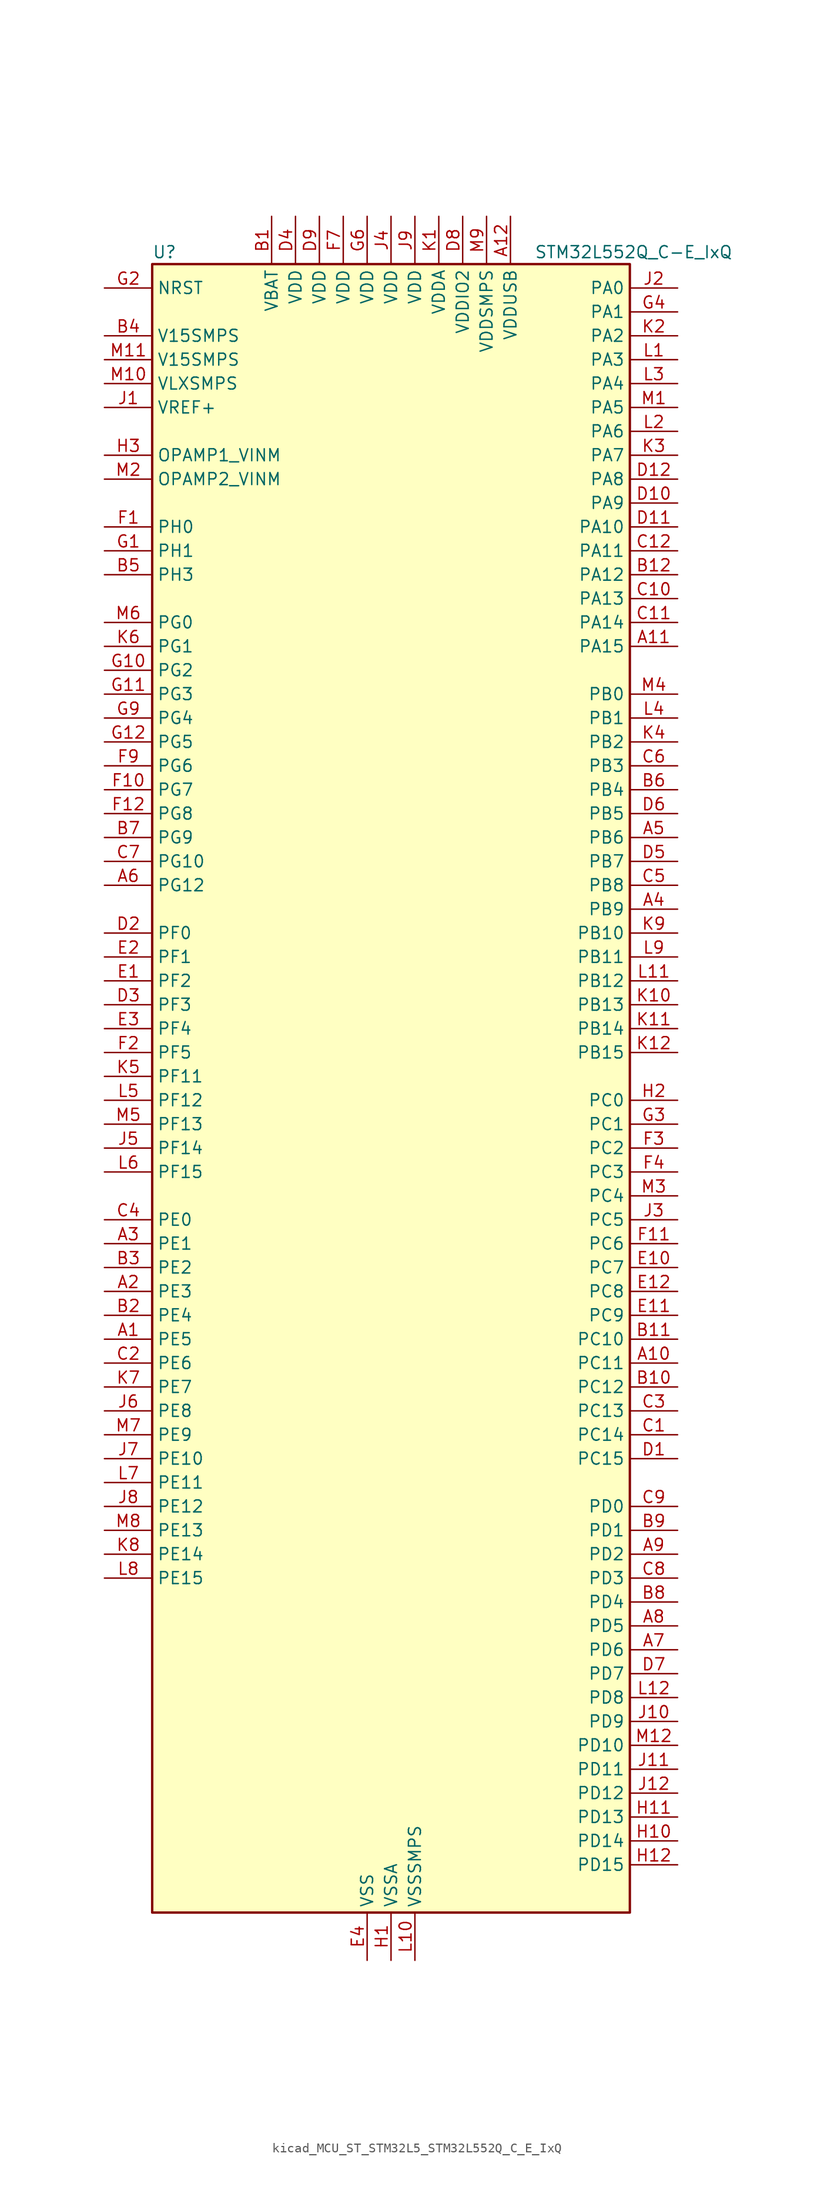
<source format=kicad_sym>
(kicad_symbol_lib
  (version 20220914)
  (generator kicad_symbol_editor)
  (symbol "kicad_MCU_ST_STM32L5_STM32L552Q_C_E_IxQ"
    (property "Reference" "U"
      (at -25.4 90.17 0)
      (effects (font (size 1.27 1.27)) (justify left)))
    (property "Value" "STM32L552Q_C-E_IxQ"
      (at 15.24 90.17 0)
      (effects (font (size 1.27 1.27)) (justify left)))
    (property "ki_locked" ""
      (at 0 0 0)
      (effects (font (size 1.27 1.27))))
    (symbol "kicad_MCU_ST_STM32L5_STM32L552Q_C_E_IxQ_0_1"
      (rectangle (start -25.4 -86.36) (end 25.4 88.9) (stroke (width 0.254) (type default)) (fill (type background))))
    (symbol "kicad_MCU_ST_STM32L5_STM32L552Q_C_E_IxQ_1_1"
      (pin bidirectional line (at -30.48 -25.4 0) (length 5.08) (name "PE5" (effects (font (size 1.27 1.27)))) (number "A1" (effects (font (size 1.27 1.27)))) (alternate "DEBUG_TRACED2" bidirectional line) (alternate "DFSDM1_CKIN3" bidirectional line) (alternate "FMC_A21" bidirectional line) (alternate "SAI1_CK2" bidirectional line) (alternate "SAI1_SCK_A" bidirectional line) (alternate "TIM3_CH3" bidirectional line) (alternate "TSC_G7_IO4" bidirectional line))
      (pin bidirectional line (at 30.48 -27.94 180) (length 5.08) (name "PC11" (effects (font (size 1.27 1.27)))) (number "A10" (effects (font (size 1.27 1.27)))) (alternate "ADC1_EXTI11" bidirectional line) (alternate "ADC2_EXTI11" bidirectional line) (alternate "LPTIM3_IN1" bidirectional line) (alternate "OCTOSPI1_NCS" bidirectional line) (alternate "SAI2_MCLK_B" bidirectional line) (alternate "SDMMC1_D3" bidirectional line) (alternate "SPI3_MISO" bidirectional line) (alternate "TSC_G3_IO3" bidirectional line) (alternate "UART4_RX" bidirectional line) (alternate "UCPD1_FRSTX2" bidirectional line) (alternate "USART3_RX" bidirectional line))
      (pin bidirectional line (at 30.48 48.26 180) (length 5.08) (name "PA15" (effects (font (size 1.27 1.27)))) (number "A11" (effects (font (size 1.27 1.27)))) (alternate "ADC1_EXTI15" bidirectional line) (alternate "ADC2_EXTI15" bidirectional line) (alternate "DEBUG_JTDI" bidirectional line) (alternate "SAI2_FS_B" bidirectional line) (alternate "SPI1_NSS" bidirectional line) (alternate "SPI3_NSS" bidirectional line) (alternate "TIM2_CH1" bidirectional line) (alternate "TIM2_ETR" bidirectional line) (alternate "UART4_DE" bidirectional line) (alternate "UART4_RTS" bidirectional line) (alternate "UCPD1_CC1" bidirectional line) (alternate "USART2_RX" bidirectional line) (alternate "USART3_DE" bidirectional line) (alternate "USART3_RTS" bidirectional line))
      (pin power_in line (at 12.7 93.98 270) (length 5.08) (name "VDDUSB" (effects (font (size 1.27 1.27)))) (number "A12" (effects (font (size 1.27 1.27)))))
      (pin bidirectional line (at -30.48 -20.32 0) (length 5.08) (name "PE3" (effects (font (size 1.27 1.27)))) (number "A2" (effects (font (size 1.27 1.27)))) (alternate "DEBUG_TRACED0" bidirectional line) (alternate "FMC_A19" bidirectional line) (alternate "OCTOSPI1_DQS" bidirectional line) (alternate "SAI1_SD_B" bidirectional line) (alternate "TIM3_CH1" bidirectional line) (alternate "TSC_G7_IO2" bidirectional line))
      (pin bidirectional line (at -30.48 -15.24 0) (length 5.08) (name "PE1" (effects (font (size 1.27 1.27)))) (number "A3" (effects (font (size 1.27 1.27)))) (alternate "FMC_NBL1" bidirectional line) (alternate "TIM17_CH1" bidirectional line))
      (pin bidirectional line (at 30.48 20.32 180) (length 5.08) (name "PB9" (effects (font (size 1.27 1.27)))) (number "A4" (effects (font (size 1.27 1.27)))) (alternate "DAC1_EXTI9" bidirectional line) (alternate "FDCAN1_TX" bidirectional line) (alternate "I2C1_SDA" bidirectional line) (alternate "IR_OUT" bidirectional line) (alternate "SAI1_D2" bidirectional line) (alternate "SAI1_FS_A" bidirectional line) (alternate "SDMMC1_CDIR" bidirectional line) (alternate "SDMMC1_D5" bidirectional line) (alternate "SPI2_NSS" bidirectional line) (alternate "TIM17_CH1" bidirectional line) (alternate "TIM4_CH4" bidirectional line))
      (pin bidirectional line (at 30.48 27.94 180) (length 5.08) (name "PB6" (effects (font (size 1.27 1.27)))) (number "A5" (effects (font (size 1.27 1.27)))) (alternate "COMP2_INP" bidirectional line) (alternate "I2C1_SCL" bidirectional line) (alternate "I2C4_SCL" bidirectional line) (alternate "LPTIM1_ETR" bidirectional line) (alternate "SAI1_FS_B" bidirectional line) (alternate "TIM16_CH1N" bidirectional line) (alternate "TIM4_CH1" bidirectional line) (alternate "TIM8_BKIN2" bidirectional line) (alternate "TSC_G2_IO3" bidirectional line) (alternate "USART1_TX" bidirectional line))
      (pin bidirectional line (at -30.48 22.86 0) (length 5.08) (name "PG12" (effects (font (size 1.27 1.27)))) (number "A6" (effects (font (size 1.27 1.27)))) (alternate "FMC_NE4" bidirectional line) (alternate "LPTIM1_ETR" bidirectional line) (alternate "SAI2_SD_A" bidirectional line) (alternate "SPI3_NSS" bidirectional line) (alternate "USART1_DE" bidirectional line) (alternate "USART1_RTS" bidirectional line))
      (pin bidirectional line (at 30.48 -58.42 180) (length 5.08) (name "PD6" (effects (font (size 1.27 1.27)))) (number "A7" (effects (font (size 1.27 1.27)))) (alternate "DFSDM1_DATIN1" bidirectional line) (alternate "FMC_NWAIT" bidirectional line) (alternate "OCTOSPI1_IO6" bidirectional line) (alternate "SAI1_D1" bidirectional line) (alternate "SAI1_SD_A" bidirectional line) (alternate "SPI3_MOSI" bidirectional line) (alternate "USART2_RX" bidirectional line))
      (pin bidirectional line (at 30.48 -55.88 180) (length 5.08) (name "PD5" (effects (font (size 1.27 1.27)))) (number "A8" (effects (font (size 1.27 1.27)))) (alternate "FMC_NWE" bidirectional line) (alternate "OCTOSPI1_IO5" bidirectional line) (alternate "USART2_TX" bidirectional line))
      (pin bidirectional line (at 30.48 -48.26 180) (length 5.08) (name "PD2" (effects (font (size 1.27 1.27)))) (number "A9" (effects (font (size 1.27 1.27)))) (alternate "DEBUG_TRACED2" bidirectional line) (alternate "SDMMC1_CMD" bidirectional line) (alternate "TIM3_ETR" bidirectional line) (alternate "TSC_SYNC" bidirectional line) (alternate "UART5_RX" bidirectional line) (alternate "USART3_DE" bidirectional line) (alternate "USART3_RTS" bidirectional line))
      (pin power_in line (at -12.7 93.98 270) (length 5.08) (name "VBAT" (effects (font (size 1.27 1.27)))) (number "B1" (effects (font (size 1.27 1.27)))))
      (pin bidirectional line (at 30.48 -30.48 180) (length 5.08) (name "PC12" (effects (font (size 1.27 1.27)))) (number "B10" (effects (font (size 1.27 1.27)))) (alternate "DEBUG_TRACED3" bidirectional line) (alternate "SAI2_SD_B" bidirectional line) (alternate "SDMMC1_CK" bidirectional line) (alternate "SPI3_MOSI" bidirectional line) (alternate "TSC_G3_IO4" bidirectional line) (alternate "UART5_TX" bidirectional line) (alternate "USART3_CK" bidirectional line))
      (pin bidirectional line (at 30.48 -25.4 180) (length 5.08) (name "PC10" (effects (font (size 1.27 1.27)))) (number "B11" (effects (font (size 1.27 1.27)))) (alternate "DEBUG_TRACED1" bidirectional line) (alternate "LPTIM3_ETR" bidirectional line) (alternate "SAI2_SCK_B" bidirectional line) (alternate "SDMMC1_D2" bidirectional line) (alternate "SPI3_SCK" bidirectional line) (alternate "TSC_G3_IO2" bidirectional line) (alternate "UART4_TX" bidirectional line) (alternate "USART3_TX" bidirectional line))
      (pin bidirectional line (at 30.48 55.88 180) (length 5.08) (name "PA12" (effects (font (size 1.27 1.27)))) (number "B12" (effects (font (size 1.27 1.27)))) (alternate "FDCAN1_TX" bidirectional line) (alternate "SPI1_MOSI" bidirectional line) (alternate "TIM1_ETR" bidirectional line) (alternate "USART1_DE" bidirectional line) (alternate "USART1_RTS" bidirectional line) (alternate "USB_DP" bidirectional line))
      (pin bidirectional line (at -30.48 -22.86 0) (length 5.08) (name "PE4" (effects (font (size 1.27 1.27)))) (number "B2" (effects (font (size 1.27 1.27)))) (alternate "DEBUG_TRACED1" bidirectional line) (alternate "DFSDM1_DATIN3" bidirectional line) (alternate "FMC_A20" bidirectional line) (alternate "SAI1_D2" bidirectional line) (alternate "SAI1_FS_A" bidirectional line) (alternate "TIM3_CH2" bidirectional line) (alternate "TSC_G7_IO3" bidirectional line))
      (pin bidirectional line (at -30.48 -17.78 0) (length 5.08) (name "PE2" (effects (font (size 1.27 1.27)))) (number "B3" (effects (font (size 1.27 1.27)))) (alternate "DEBUG_TRACECLK" bidirectional line) (alternate "FMC_A23" bidirectional line) (alternate "SAI1_CK1" bidirectional line) (alternate "SAI1_MCLK_A" bidirectional line) (alternate "TIM3_ETR" bidirectional line) (alternate "TSC_G7_IO1" bidirectional line))
      (pin power_in line (at -30.48 81.28 0) (length 5.08) (name "V15SMPS" (effects (font (size 1.27 1.27)))) (number "B4" (effects (font (size 1.27 1.27)))))
      (pin bidirectional line (at -30.48 55.88 0) (length 5.08) (name "PH3" (effects (font (size 1.27 1.27)))) (number "B5" (effects (font (size 1.27 1.27)))))
      (pin bidirectional line (at 30.48 33.02 180) (length 5.08) (name "PB4" (effects (font (size 1.27 1.27)))) (number "B6" (effects (font (size 1.27 1.27)))) (alternate "COMP2_INP" bidirectional line) (alternate "DEBUG_JTRST" bidirectional line) (alternate "I2C3_SDA" bidirectional line) (alternate "SAI1_MCLK_B" bidirectional line) (alternate "SPI1_MISO" bidirectional line) (alternate "SPI3_MISO" bidirectional line) (alternate "TIM17_BKIN" bidirectional line) (alternate "TIM3_CH1" bidirectional line) (alternate "TSC_G2_IO1" bidirectional line) (alternate "UART5_DE" bidirectional line) (alternate "UART5_RTS" bidirectional line) (alternate "USART1_CTS" bidirectional line) (alternate "USART1_NSS" bidirectional line))
      (pin bidirectional line (at -30.48 27.94 0) (length 5.08) (name "PG9" (effects (font (size 1.27 1.27)))) (number "B7" (effects (font (size 1.27 1.27)))) (alternate "DAC1_EXTI9" bidirectional line) (alternate "FMC_NCE" bidirectional line) (alternate "FMC_NE2" bidirectional line) (alternate "SAI2_SCK_A" bidirectional line) (alternate "SPI3_SCK" bidirectional line) (alternate "TIM15_CH1N" bidirectional line) (alternate "USART1_TX" bidirectional line))
      (pin bidirectional line (at 30.48 -53.34 180) (length 5.08) (name "PD4" (effects (font (size 1.27 1.27)))) (number "B8" (effects (font (size 1.27 1.27)))) (alternate "DFSDM1_CKIN0" bidirectional line) (alternate "FMC_NOE" bidirectional line) (alternate "OCTOSPI1_IO4" bidirectional line) (alternate "SPI2_MOSI" bidirectional line) (alternate "USART2_DE" bidirectional line) (alternate "USART2_RTS" bidirectional line))
      (pin bidirectional line (at 30.48 -45.72 180) (length 5.08) (name "PD1" (effects (font (size 1.27 1.27)))) (number "B9" (effects (font (size 1.27 1.27)))) (alternate "FDCAN1_TX" bidirectional line) (alternate "FMC_D3" bidirectional line) (alternate "FMC_DA3" bidirectional line) (alternate "SPI2_SCK" bidirectional line))
      (pin bidirectional line (at 30.48 -35.56 180) (length 5.08) (name "PC14" (effects (font (size 1.27 1.27)))) (number "C1" (effects (font (size 1.27 1.27)))) (alternate "RCC_OSC32_IN" bidirectional line))
      (pin bidirectional line (at 30.48 53.34 180) (length 5.08) (name "PA13" (effects (font (size 1.27 1.27)))) (number "C10" (effects (font (size 1.27 1.27)))) (alternate "DEBUG_JTMS-SWDIO" bidirectional line) (alternate "IR_OUT" bidirectional line) (alternate "SAI1_SD_B" bidirectional line) (alternate "USB_NOE" bidirectional line))
      (pin bidirectional line (at 30.48 50.8 180) (length 5.08) (name "PA14" (effects (font (size 1.27 1.27)))) (number "C11" (effects (font (size 1.27 1.27)))) (alternate "DEBUG_JTCK-SWCLK" bidirectional line) (alternate "I2C1_SMBA" bidirectional line) (alternate "I2C4_SMBA" bidirectional line) (alternate "LPTIM1_OUT" bidirectional line) (alternate "SAI1_FS_B" bidirectional line))
      (pin bidirectional line (at 30.48 58.42 180) (length 5.08) (name "PA11" (effects (font (size 1.27 1.27)))) (number "C12" (effects (font (size 1.27 1.27)))) (alternate "ADC1_EXTI11" bidirectional line) (alternate "ADC2_EXTI11" bidirectional line) (alternate "FDCAN1_RX" bidirectional line) (alternate "SPI1_MISO" bidirectional line) (alternate "TIM1_BKIN2" bidirectional line) (alternate "TIM1_CH4" bidirectional line) (alternate "USART1_CTS" bidirectional line) (alternate "USART1_NSS" bidirectional line) (alternate "USB_DM" bidirectional line))
      (pin bidirectional line (at -30.48 -27.94 0) (length 5.08) (name "PE6" (effects (font (size 1.27 1.27)))) (number "C2" (effects (font (size 1.27 1.27)))) (alternate "DEBUG_TRACED3" bidirectional line) (alternate "FMC_A22" bidirectional line) (alternate "PWR_WKUP3" bidirectional line) (alternate "SAI1_D1" bidirectional line) (alternate "SAI1_SD_A" bidirectional line) (alternate "TAMP_IN3" bidirectional line) (alternate "TAMP_OUT6" bidirectional line) (alternate "TIM3_CH4" bidirectional line))
      (pin bidirectional line (at 30.48 -33.02 180) (length 5.08) (name "PC13" (effects (font (size 1.27 1.27)))) (number "C3" (effects (font (size 1.27 1.27)))) (alternate "PWR_WKUP2" bidirectional line) (alternate "RTC_OUT1" bidirectional line) (alternate "RTC_TS" bidirectional line) (alternate "TAMP_IN1" bidirectional line) (alternate "TAMP_OUT2" bidirectional line))
      (pin bidirectional line (at -30.48 -12.7 0) (length 5.08) (name "PE0" (effects (font (size 1.27 1.27)))) (number "C4" (effects (font (size 1.27 1.27)))) (alternate "FMC_NBL0" bidirectional line) (alternate "TIM16_CH1" bidirectional line) (alternate "TIM4_ETR" bidirectional line))
      (pin bidirectional line (at 30.48 22.86 180) (length 5.08) (name "PB8" (effects (font (size 1.27 1.27)))) (number "C5" (effects (font (size 1.27 1.27)))) (alternate "DFSDM1_CKOUT" bidirectional line) (alternate "FDCAN1_RX" bidirectional line) (alternate "I2C1_SCL" bidirectional line) (alternate "SAI1_CK1" bidirectional line) (alternate "SAI1_MCLK_A" bidirectional line) (alternate "SDMMC1_CKIN" bidirectional line) (alternate "SDMMC1_D4" bidirectional line) (alternate "TIM16_CH1" bidirectional line) (alternate "TIM4_CH3" bidirectional line))
      (pin bidirectional line (at 30.48 35.56 180) (length 5.08) (name "PB3" (effects (font (size 1.27 1.27)))) (number "C6" (effects (font (size 1.27 1.27)))) (alternate "COMP2_INM" bidirectional line) (alternate "CRS_SYNC" bidirectional line) (alternate "DEBUG_JTDO-SWO" bidirectional line) (alternate "SAI1_SCK_B" bidirectional line) (alternate "SPI1_SCK" bidirectional line) (alternate "SPI3_SCK" bidirectional line) (alternate "TIM2_CH2" bidirectional line) (alternate "USART1_DE" bidirectional line) (alternate "USART1_RTS" bidirectional line))
      (pin bidirectional line (at -30.48 25.4 0) (length 5.08) (name "PG10" (effects (font (size 1.27 1.27)))) (number "C7" (effects (font (size 1.27 1.27)))) (alternate "FMC_NE3" bidirectional line) (alternate "LPTIM1_IN1" bidirectional line) (alternate "SAI2_FS_A" bidirectional line) (alternate "SPI3_MISO" bidirectional line) (alternate "TIM15_CH1" bidirectional line) (alternate "USART1_RX" bidirectional line))
      (pin bidirectional line (at 30.48 -50.8 180) (length 5.08) (name "PD3" (effects (font (size 1.27 1.27)))) (number "C8" (effects (font (size 1.27 1.27)))) (alternate "DFSDM1_DATIN0" bidirectional line) (alternate "FMC_CLK" bidirectional line) (alternate "SPI2_MISO" bidirectional line) (alternate "SPI2_SCK" bidirectional line) (alternate "USART2_CTS" bidirectional line) (alternate "USART2_NSS" bidirectional line))
      (pin bidirectional line (at 30.48 -43.18 180) (length 5.08) (name "PD0" (effects (font (size 1.27 1.27)))) (number "C9" (effects (font (size 1.27 1.27)))) (alternate "FDCAN1_RX" bidirectional line) (alternate "FMC_D2" bidirectional line) (alternate "FMC_DA2" bidirectional line) (alternate "SPI2_NSS" bidirectional line))
      (pin bidirectional line (at 30.48 -38.1 180) (length 5.08) (name "PC15" (effects (font (size 1.27 1.27)))) (number "D1" (effects (font (size 1.27 1.27)))) (alternate "ADC1_EXTI15" bidirectional line) (alternate "ADC2_EXTI15" bidirectional line) (alternate "RCC_OSC32_OUT" bidirectional line))
      (pin bidirectional line (at 30.48 63.5 180) (length 5.08) (name "PA9" (effects (font (size 1.27 1.27)))) (number "D10" (effects (font (size 1.27 1.27)))) (alternate "DAC1_EXTI9" bidirectional line) (alternate "SAI1_FS_A" bidirectional line) (alternate "SPI2_SCK" bidirectional line) (alternate "TIM15_BKIN" bidirectional line) (alternate "TIM1_CH2" bidirectional line) (alternate "USART1_TX" bidirectional line))
      (pin bidirectional line (at 30.48 60.96 180) (length 5.08) (name "PA10" (effects (font (size 1.27 1.27)))) (number "D11" (effects (font (size 1.27 1.27)))) (alternate "CRS_SYNC" bidirectional line) (alternate "SAI1_D1" bidirectional line) (alternate "SAI1_SD_A" bidirectional line) (alternate "TIM17_BKIN" bidirectional line) (alternate "TIM1_CH3" bidirectional line) (alternate "USART1_RX" bidirectional line))
      (pin bidirectional line (at 30.48 66.04 180) (length 5.08) (name "PA8" (effects (font (size 1.27 1.27)))) (number "D12" (effects (font (size 1.27 1.27)))) (alternate "LPTIM2_OUT" bidirectional line) (alternate "RCC_MCO" bidirectional line) (alternate "SAI1_CK2" bidirectional line) (alternate "SAI1_SCK_A" bidirectional line) (alternate "TIM1_CH1" bidirectional line) (alternate "USART1_CK" bidirectional line))
      (pin bidirectional line (at -30.48 17.78 0) (length 5.08) (name "PF0" (effects (font (size 1.27 1.27)))) (number "D2" (effects (font (size 1.27 1.27)))) (alternate "FMC_A0" bidirectional line) (alternate "I2C2_SDA" bidirectional line))
      (pin bidirectional line (at -30.48 10.16 0) (length 5.08) (name "PF3" (effects (font (size 1.27 1.27)))) (number "D3" (effects (font (size 1.27 1.27)))) (alternate "FMC_A3" bidirectional line) (alternate "LPTIM3_IN1" bidirectional line))
      (pin power_in line (at -10.16 93.98 270) (length 5.08) (name "VDD" (effects (font (size 1.27 1.27)))) (number "D4" (effects (font (size 1.27 1.27)))))
      (pin bidirectional line (at 30.48 25.4 180) (length 5.08) (name "PB7" (effects (font (size 1.27 1.27)))) (number "D5" (effects (font (size 1.27 1.27)))) (alternate "COMP2_INM" bidirectional line) (alternate "FMC_NL" bidirectional line) (alternate "I2C1_SDA" bidirectional line) (alternate "I2C4_SDA" bidirectional line) (alternate "LPTIM1_IN2" bidirectional line) (alternate "PWR_PVD_IN" bidirectional line) (alternate "TIM17_CH1N" bidirectional line) (alternate "TIM4_CH2" bidirectional line) (alternate "TIM8_BKIN" bidirectional line) (alternate "TSC_G2_IO4" bidirectional line) (alternate "UART4_CTS" bidirectional line) (alternate "USART1_RX" bidirectional line))
      (pin bidirectional line (at 30.48 30.48 180) (length 5.08) (name "PB5" (effects (font (size 1.27 1.27)))) (number "D6" (effects (font (size 1.27 1.27)))) (alternate "COMP2_OUT" bidirectional line) (alternate "I2C1_SMBA" bidirectional line) (alternate "LPTIM1_IN1" bidirectional line) (alternate "OCTOSPI1_NCLK" bidirectional line) (alternate "SAI1_SD_B" bidirectional line) (alternate "SPI1_MOSI" bidirectional line) (alternate "SPI3_MOSI" bidirectional line) (alternate "TIM16_BKIN" bidirectional line) (alternate "TIM3_CH2" bidirectional line) (alternate "TSC_G2_IO2" bidirectional line) (alternate "UART5_CTS" bidirectional line) (alternate "UCPD1_DBCC1" bidirectional line) (alternate "USART1_CK" bidirectional line))
      (pin bidirectional line (at 30.48 -60.96 180) (length 5.08) (name "PD7" (effects (font (size 1.27 1.27)))) (number "D7" (effects (font (size 1.27 1.27)))) (alternate "DFSDM1_CKIN1" bidirectional line) (alternate "FMC_NCE" bidirectional line) (alternate "FMC_NE1" bidirectional line) (alternate "OCTOSPI1_IO7" bidirectional line) (alternate "USART2_CK" bidirectional line))
      (pin power_in line (at 7.62 93.98 270) (length 5.08) (name "VDDIO2" (effects (font (size 1.27 1.27)))) (number "D8" (effects (font (size 1.27 1.27)))))
      (pin power_in line (at -7.62 93.98 270) (length 5.08) (name "VDD" (effects (font (size 1.27 1.27)))) (number "D9" (effects (font (size 1.27 1.27)))))
      (pin bidirectional line (at -30.48 12.7 0) (length 5.08) (name "PF2" (effects (font (size 1.27 1.27)))) (number "E1" (effects (font (size 1.27 1.27)))) (alternate "FMC_A2" bidirectional line) (alternate "I2C2_SMBA" bidirectional line))
      (pin bidirectional line (at 30.48 -17.78 180) (length 5.08) (name "PC7" (effects (font (size 1.27 1.27)))) (number "E10" (effects (font (size 1.27 1.27)))) (alternate "DFSDM1_DATIN3" bidirectional line) (alternate "SAI2_MCLK_B" bidirectional line) (alternate "SDMMC1_D123DIR" bidirectional line) (alternate "SDMMC1_D7" bidirectional line) (alternate "TIM3_CH2" bidirectional line) (alternate "TIM8_CH2" bidirectional line) (alternate "TSC_G4_IO2" bidirectional line))
      (pin bidirectional line (at 30.48 -22.86 180) (length 5.08) (name "PC9" (effects (font (size 1.27 1.27)))) (number "E11" (effects (font (size 1.27 1.27)))) (alternate "DAC1_EXTI9" bidirectional line) (alternate "DEBUG_TRACED0" bidirectional line) (alternate "SAI2_EXTCLK" bidirectional line) (alternate "SDMMC1_D1" bidirectional line) (alternate "TIM3_CH4" bidirectional line) (alternate "TIM8_BKIN2" bidirectional line) (alternate "TIM8_CH4" bidirectional line) (alternate "TSC_G4_IO4" bidirectional line) (alternate "USB_NOE" bidirectional line))
      (pin bidirectional line (at 30.48 -20.32 180) (length 5.08) (name "PC8" (effects (font (size 1.27 1.27)))) (number "E12" (effects (font (size 1.27 1.27)))) (alternate "SDMMC1_D0" bidirectional line) (alternate "TIM3_CH3" bidirectional line) (alternate "TIM8_CH3" bidirectional line) (alternate "TSC_G4_IO3" bidirectional line))
      (pin bidirectional line (at -30.48 15.24 0) (length 5.08) (name "PF1" (effects (font (size 1.27 1.27)))) (number "E2" (effects (font (size 1.27 1.27)))) (alternate "FMC_A1" bidirectional line) (alternate "I2C2_SCL" bidirectional line))
      (pin bidirectional line (at -30.48 7.62 0) (length 5.08) (name "PF4" (effects (font (size 1.27 1.27)))) (number "E3" (effects (font (size 1.27 1.27)))) (alternate "FMC_A4" bidirectional line) (alternate "LPTIM3_ETR" bidirectional line))
      (pin power_in line (at -2.54 -91.44 90) (length 5.08) (name "VSS" (effects (font (size 1.27 1.27)))) (number "E4" (effects (font (size 1.27 1.27)))))
      (pin passive line (at -2.54 -91.44 90) (length 5.08) hide (name "VSS" (effects (font (size 1.27 1.27)))) (number "E9" (effects (font (size 1.27 1.27)))))
      (pin bidirectional line (at -30.48 60.96 0) (length 5.08) (name "PH0" (effects (font (size 1.27 1.27)))) (number "F1" (effects (font (size 1.27 1.27)))) (alternate "RCC_OSC_IN" bidirectional line))
      (pin bidirectional line (at -30.48 33.02 0) (length 5.08) (name "PG7" (effects (font (size 1.27 1.27)))) (number "F10" (effects (font (size 1.27 1.27)))) (alternate "DFSDM1_CKOUT" bidirectional line) (alternate "FMC_INT" bidirectional line) (alternate "I2C3_SCL" bidirectional line) (alternate "LPUART1_TX" bidirectional line) (alternate "SAI1_CK1" bidirectional line) (alternate "SAI1_MCLK_A" bidirectional line) (alternate "UCPD1_FRSTX2" bidirectional line))
      (pin bidirectional line (at 30.48 -15.24 180) (length 5.08) (name "PC6" (effects (font (size 1.27 1.27)))) (number "F11" (effects (font (size 1.27 1.27)))) (alternate "DFSDM1_CKIN3" bidirectional line) (alternate "SAI2_MCLK_A" bidirectional line) (alternate "SDMMC1_D0DIR" bidirectional line) (alternate "SDMMC1_D6" bidirectional line) (alternate "TIM3_CH1" bidirectional line) (alternate "TIM8_CH1" bidirectional line) (alternate "TSC_G4_IO1" bidirectional line))
      (pin bidirectional line (at -30.48 30.48 0) (length 5.08) (name "PG8" (effects (font (size 1.27 1.27)))) (number "F12" (effects (font (size 1.27 1.27)))) (alternate "I2C3_SDA" bidirectional line) (alternate "LPUART1_RX" bidirectional line))
      (pin bidirectional line (at -30.48 5.08 0) (length 5.08) (name "PF5" (effects (font (size 1.27 1.27)))) (number "F2" (effects (font (size 1.27 1.27)))) (alternate "FMC_A5" bidirectional line) (alternate "LPTIM3_OUT" bidirectional line))
      (pin bidirectional line (at 30.48 -5.08 180) (length 5.08) (name "PC2" (effects (font (size 1.27 1.27)))) (number "F3" (effects (font (size 1.27 1.27)))) (alternate "ADC1_IN3" bidirectional line) (alternate "ADC2_IN3" bidirectional line) (alternate "DFSDM1_CKOUT" bidirectional line) (alternate "LPTIM1_IN2" bidirectional line) (alternate "OCTOSPI1_IO5" bidirectional line) (alternate "SPI2_MISO" bidirectional line))
      (pin bidirectional line (at 30.48 -7.62 180) (length 5.08) (name "PC3" (effects (font (size 1.27 1.27)))) (number "F4" (effects (font (size 1.27 1.27)))) (alternate "ADC1_IN4" bidirectional line) (alternate "ADC2_IN4" bidirectional line) (alternate "LPTIM1_ETR" bidirectional line) (alternate "LPTIM2_ETR" bidirectional line) (alternate "LPTIM3_OUT" bidirectional line) (alternate "OCTOSPI1_IO6" bidirectional line) (alternate "SAI1_D1" bidirectional line) (alternate "SAI1_SD_A" bidirectional line) (alternate "SPI2_MOSI" bidirectional line))
      (pin passive line (at -2.54 -91.44 90) (length 5.08) hide (name "VSS" (effects (font (size 1.27 1.27)))) (number "F6" (effects (font (size 1.27 1.27)))))
      (pin power_in line (at -5.08 93.98 270) (length 5.08) (name "VDD" (effects (font (size 1.27 1.27)))) (number "F7" (effects (font (size 1.27 1.27)))))
      (pin bidirectional line (at -30.48 35.56 0) (length 5.08) (name "PG6" (effects (font (size 1.27 1.27)))) (number "F9" (effects (font (size 1.27 1.27)))) (alternate "I2C3_SMBA" bidirectional line) (alternate "LPUART1_DE" bidirectional line) (alternate "LPUART1_RTS" bidirectional line) (alternate "OCTOSPI1_DQS" bidirectional line) (alternate "UCPD1_FRSTX1" bidirectional line))
      (pin bidirectional line (at -30.48 58.42 0) (length 5.08) (name "PH1" (effects (font (size 1.27 1.27)))) (number "G1" (effects (font (size 1.27 1.27)))) (alternate "RCC_OSC_OUT" bidirectional line))
      (pin bidirectional line (at -30.48 45.72 0) (length 5.08) (name "PG2" (effects (font (size 1.27 1.27)))) (number "G10" (effects (font (size 1.27 1.27)))) (alternate "FMC_A12" bidirectional line) (alternate "SAI2_SCK_B" bidirectional line) (alternate "SPI1_SCK" bidirectional line))
      (pin bidirectional line (at -30.48 43.18 0) (length 5.08) (name "PG3" (effects (font (size 1.27 1.27)))) (number "G11" (effects (font (size 1.27 1.27)))) (alternate "FMC_A13" bidirectional line) (alternate "SAI2_FS_B" bidirectional line) (alternate "SPI1_MISO" bidirectional line))
      (pin bidirectional line (at -30.48 38.1 0) (length 5.08) (name "PG5" (effects (font (size 1.27 1.27)))) (number "G12" (effects (font (size 1.27 1.27)))) (alternate "FMC_A15" bidirectional line) (alternate "LPUART1_CTS" bidirectional line) (alternate "SAI2_SD_B" bidirectional line) (alternate "SPI1_NSS" bidirectional line))
      (pin input line (at -30.48 86.36 0) (length 5.08) (name "NRST" (effects (font (size 1.27 1.27)))) (number "G2" (effects (font (size 1.27 1.27)))))
      (pin bidirectional line (at 30.48 -2.54 180) (length 5.08) (name "PC1" (effects (font (size 1.27 1.27)))) (number "G3" (effects (font (size 1.27 1.27)))) (alternate "ADC1_IN2" bidirectional line) (alternate "ADC2_IN2" bidirectional line) (alternate "DEBUG_TRACED0" bidirectional line) (alternate "I2C3_SDA" bidirectional line) (alternate "LPTIM1_OUT" bidirectional line) (alternate "LPUART1_TX" bidirectional line) (alternate "OCTOSPI1_IO4" bidirectional line) (alternate "SAI1_SD_A" bidirectional line) (alternate "SPI2_MOSI" bidirectional line))
      (pin bidirectional line (at 30.48 83.82 180) (length 5.08) (name "PA1" (effects (font (size 1.27 1.27)))) (number "G4" (effects (font (size 1.27 1.27)))) (alternate "ADC1_IN6" bidirectional line) (alternate "ADC2_IN6" bidirectional line) (alternate "I2C1_SMBA" bidirectional line) (alternate "OCTOSPI1_DQS" bidirectional line) (alternate "OPAMP1_VINM" bidirectional line) (alternate "SPI1_SCK" bidirectional line) (alternate "TAMP_IN5" bidirectional line) (alternate "TAMP_OUT4" bidirectional line) (alternate "TIM15_CH1N" bidirectional line) (alternate "TIM2_CH2" bidirectional line) (alternate "TIM5_CH2" bidirectional line) (alternate "UART4_RX" bidirectional line) (alternate "USART2_DE" bidirectional line) (alternate "USART2_RTS" bidirectional line))
      (pin power_in line (at -2.54 93.98 270) (length 5.08) (name "VDD" (effects (font (size 1.27 1.27)))) (number "G6" (effects (font (size 1.27 1.27)))))
      (pin passive line (at -2.54 -91.44 90) (length 5.08) hide (name "VSS" (effects (font (size 1.27 1.27)))) (number "G7" (effects (font (size 1.27 1.27)))))
      (pin bidirectional line (at -30.48 40.64 0) (length 5.08) (name "PG4" (effects (font (size 1.27 1.27)))) (number "G9" (effects (font (size 1.27 1.27)))) (alternate "FMC_A14" bidirectional line) (alternate "SAI2_MCLK_B" bidirectional line) (alternate "SPI1_MOSI" bidirectional line))
      (pin power_in line (at 0 -91.44 90) (length 5.08) (name "VSSA" (effects (font (size 1.27 1.27)))) (number "H1" (effects (font (size 1.27 1.27)))))
      (pin bidirectional line (at 30.48 -78.74 180) (length 5.08) (name "PD14" (effects (font (size 1.27 1.27)))) (number "H10" (effects (font (size 1.27 1.27)))) (alternate "FMC_D0" bidirectional line) (alternate "FMC_DA0" bidirectional line) (alternate "TIM4_CH3" bidirectional line))
      (pin bidirectional line (at 30.48 -76.2 180) (length 5.08) (name "PD13" (effects (font (size 1.27 1.27)))) (number "H11" (effects (font (size 1.27 1.27)))) (alternate "FMC_A18" bidirectional line) (alternate "I2C4_SDA" bidirectional line) (alternate "LPTIM2_OUT" bidirectional line) (alternate "TIM4_CH2" bidirectional line) (alternate "TSC_G6_IO4" bidirectional line))
      (pin bidirectional line (at 30.48 -81.28 180) (length 5.08) (name "PD15" (effects (font (size 1.27 1.27)))) (number "H12" (effects (font (size 1.27 1.27)))) (alternate "ADC1_EXTI15" bidirectional line) (alternate "ADC2_EXTI15" bidirectional line) (alternate "FMC_D1" bidirectional line) (alternate "FMC_DA1" bidirectional line) (alternate "TIM4_CH4" bidirectional line))
      (pin bidirectional line (at 30.48 0 180) (length 5.08) (name "PC0" (effects (font (size 1.27 1.27)))) (number "H2" (effects (font (size 1.27 1.27)))) (alternate "ADC1_IN1" bidirectional line) (alternate "ADC2_IN1" bidirectional line) (alternate "I2C3_SCL" bidirectional line) (alternate "LPTIM1_IN1" bidirectional line) (alternate "LPTIM2_IN1" bidirectional line) (alternate "LPUART1_RX" bidirectional line) (alternate "OCTOSPI1_IO7" bidirectional line) (alternate "SAI2_FS_A" bidirectional line) (alternate "SDMMC1_D5" bidirectional line))
      (pin bidirectional line (at -30.48 68.58 0) (length 5.08) (name "OPAMP1_VINM" (effects (font (size 1.27 1.27)))) (number "H3" (effects (font (size 1.27 1.27)))) (alternate "OPAMP1_VINM" bidirectional line))
      (pin passive line (at -2.54 -91.44 90) (length 5.08) hide (name "VSS" (effects (font (size 1.27 1.27)))) (number "H4" (effects (font (size 1.27 1.27)))))
      (pin passive line (at -2.54 -91.44 90) (length 5.08) hide (name "VSS" (effects (font (size 1.27 1.27)))) (number "H9" (effects (font (size 1.27 1.27)))))
      (pin input line (at -30.48 73.66 0) (length 5.08) (name "VREF+" (effects (font (size 1.27 1.27)))) (number "J1" (effects (font (size 1.27 1.27)))))
      (pin bidirectional line (at 30.48 -66.04 180) (length 5.08) (name "PD9" (effects (font (size 1.27 1.27)))) (number "J10" (effects (font (size 1.27 1.27)))) (alternate "DAC1_EXTI9" bidirectional line) (alternate "FMC_D14" bidirectional line) (alternate "FMC_DA14" bidirectional line) (alternate "SAI2_MCLK_A" bidirectional line) (alternate "USART3_RX" bidirectional line))
      (pin bidirectional line (at 30.48 -71.12 180) (length 5.08) (name "PD11" (effects (font (size 1.27 1.27)))) (number "J11" (effects (font (size 1.27 1.27)))) (alternate "ADC1_EXTI11" bidirectional line) (alternate "ADC2_EXTI11" bidirectional line) (alternate "FMC_A16" bidirectional line) (alternate "FMC_CLE" bidirectional line) (alternate "I2C4_SMBA" bidirectional line) (alternate "LPTIM2_ETR" bidirectional line) (alternate "SAI2_SD_A" bidirectional line) (alternate "TSC_G6_IO2" bidirectional line) (alternate "USART3_CTS" bidirectional line) (alternate "USART3_NSS" bidirectional line))
      (pin bidirectional line (at 30.48 -73.66 180) (length 5.08) (name "PD12" (effects (font (size 1.27 1.27)))) (number "J12" (effects (font (size 1.27 1.27)))) (alternate "FMC_A17" bidirectional line) (alternate "FMC_ALE" bidirectional line) (alternate "I2C4_SCL" bidirectional line) (alternate "LPTIM2_IN1" bidirectional line) (alternate "SAI2_FS_A" bidirectional line) (alternate "TIM4_CH1" bidirectional line) (alternate "TSC_G6_IO3" bidirectional line) (alternate "USART3_DE" bidirectional line) (alternate "USART3_RTS" bidirectional line))
      (pin bidirectional line (at 30.48 86.36 180) (length 5.08) (name "PA0" (effects (font (size 1.27 1.27)))) (number "J2" (effects (font (size 1.27 1.27)))) (alternate "ADC1_IN5" bidirectional line) (alternate "ADC2_IN5" bidirectional line) (alternate "OPAMP1_VINP" bidirectional line) (alternate "PWR_WKUP1" bidirectional line) (alternate "SAI1_EXTCLK" bidirectional line) (alternate "TAMP_IN2" bidirectional line) (alternate "TAMP_OUT1" bidirectional line) (alternate "TIM2_CH1" bidirectional line) (alternate "TIM2_ETR" bidirectional line) (alternate "TIM5_CH1" bidirectional line) (alternate "TIM8_ETR" bidirectional line) (alternate "UART4_TX" bidirectional line) (alternate "USART2_CTS" bidirectional line) (alternate "USART2_NSS" bidirectional line))
      (pin bidirectional line (at 30.48 -12.7 180) (length 5.08) (name "PC5" (effects (font (size 1.27 1.27)))) (number "J3" (effects (font (size 1.27 1.27)))) (alternate "ADC1_IN14" bidirectional line) (alternate "ADC2_IN14" bidirectional line) (alternate "COMP1_INP" bidirectional line) (alternate "PWR_WKUP5" bidirectional line) (alternate "SAI1_D3" bidirectional line) (alternate "TAMP_IN4" bidirectional line) (alternate "TAMP_OUT5" bidirectional line) (alternate "USART3_RX" bidirectional line))
      (pin power_in line (at 0 93.98 270) (length 5.08) (name "VDD" (effects (font (size 1.27 1.27)))) (number "J4" (effects (font (size 1.27 1.27)))))
      (pin bidirectional line (at -30.48 -5.08 0) (length 5.08) (name "PF14" (effects (font (size 1.27 1.27)))) (number "J5" (effects (font (size 1.27 1.27)))) (alternate "FMC_A8" bidirectional line) (alternate "I2C4_SCL" bidirectional line) (alternate "TSC_G8_IO1" bidirectional line))
      (pin bidirectional line (at -30.48 -33.02 0) (length 5.08) (name "PE8" (effects (font (size 1.27 1.27)))) (number "J6" (effects (font (size 1.27 1.27)))) (alternate "DFSDM1_CKIN2" bidirectional line) (alternate "FMC_D5" bidirectional line) (alternate "FMC_DA5" bidirectional line) (alternate "SAI1_SCK_B" bidirectional line) (alternate "TIM1_CH1N" bidirectional line))
      (pin bidirectional line (at -30.48 -38.1 0) (length 5.08) (name "PE10" (effects (font (size 1.27 1.27)))) (number "J7" (effects (font (size 1.27 1.27)))) (alternate "FMC_D7" bidirectional line) (alternate "FMC_DA7" bidirectional line) (alternate "OCTOSPI1_CLK" bidirectional line) (alternate "SAI1_MCLK_B" bidirectional line) (alternate "TIM1_CH2N" bidirectional line) (alternate "TSC_G5_IO1" bidirectional line))
      (pin bidirectional line (at -30.48 -43.18 0) (length 5.08) (name "PE12" (effects (font (size 1.27 1.27)))) (number "J8" (effects (font (size 1.27 1.27)))) (alternate "FMC_D9" bidirectional line) (alternate "FMC_DA9" bidirectional line) (alternate "OCTOSPI1_IO0" bidirectional line) (alternate "SPI1_NSS" bidirectional line) (alternate "TIM1_CH3N" bidirectional line) (alternate "TSC_G5_IO3" bidirectional line))
      (pin power_in line (at 2.54 93.98 270) (length 5.08) (name "VDD" (effects (font (size 1.27 1.27)))) (number "J9" (effects (font (size 1.27 1.27)))))
      (pin power_in line (at 5.08 93.98 270) (length 5.08) (name "VDDA" (effects (font (size 1.27 1.27)))) (number "K1" (effects (font (size 1.27 1.27)))))
      (pin bidirectional line (at 30.48 10.16 180) (length 5.08) (name "PB13" (effects (font (size 1.27 1.27)))) (number "K10" (effects (font (size 1.27 1.27)))) (alternate "DFSDM1_CKIN1" bidirectional line) (alternate "I2C2_SCL" bidirectional line) (alternate "LPTIM3_IN1" bidirectional line) (alternate "LPUART1_CTS" bidirectional line) (alternate "SAI2_SCK_A" bidirectional line) (alternate "SPI2_SCK" bidirectional line) (alternate "TIM15_CH1N" bidirectional line) (alternate "TIM1_CH1N" bidirectional line) (alternate "TSC_G1_IO2" bidirectional line) (alternate "UCPD1_FRSTX2" bidirectional line) (alternate "USART3_CTS" bidirectional line) (alternate "USART3_NSS" bidirectional line))
      (pin bidirectional line (at 30.48 7.62 180) (length 5.08) (name "PB14" (effects (font (size 1.27 1.27)))) (number "K11" (effects (font (size 1.27 1.27)))) (alternate "DFSDM1_DATIN2" bidirectional line) (alternate "I2C2_SDA" bidirectional line) (alternate "LPTIM3_ETR" bidirectional line) (alternate "SAI2_MCLK_A" bidirectional line) (alternate "SPI2_MISO" bidirectional line) (alternate "TIM15_CH1" bidirectional line) (alternate "TIM1_CH2N" bidirectional line) (alternate "TIM8_CH2N" bidirectional line) (alternate "TSC_G1_IO3" bidirectional line) (alternate "UCPD1_DBCC2" bidirectional line) (alternate "USART3_DE" bidirectional line) (alternate "USART3_RTS" bidirectional line))
      (pin bidirectional line (at 30.48 5.08 180) (length 5.08) (name "PB15" (effects (font (size 1.27 1.27)))) (number "K12" (effects (font (size 1.27 1.27)))) (alternate "ADC1_EXTI15" bidirectional line) (alternate "ADC2_EXTI15" bidirectional line) (alternate "DFSDM1_CKIN2" bidirectional line) (alternate "RTC_REFIN" bidirectional line) (alternate "SAI2_SD_A" bidirectional line) (alternate "SPI2_MOSI" bidirectional line) (alternate "TIM15_CH2" bidirectional line) (alternate "TIM1_CH3N" bidirectional line) (alternate "TIM8_CH3N" bidirectional line) (alternate "UCPD1_CC2" bidirectional line))
      (pin bidirectional line (at 30.48 81.28 180) (length 5.08) (name "PA2" (effects (font (size 1.27 1.27)))) (number "K2" (effects (font (size 1.27 1.27)))) (alternate "ADC1_IN7" bidirectional line) (alternate "ADC2_IN7" bidirectional line) (alternate "COMP1_INP" bidirectional line) (alternate "LPUART1_TX" bidirectional line) (alternate "OCTOSPI1_NCS" bidirectional line) (alternate "PWR_WKUP4" bidirectional line) (alternate "RCC_LSCO" bidirectional line) (alternate "SAI2_EXTCLK" bidirectional line) (alternate "TIM15_CH1" bidirectional line) (alternate "TIM2_CH3" bidirectional line) (alternate "TIM5_CH3" bidirectional line) (alternate "UCPD1_FRSTX1" bidirectional line) (alternate "USART2_TX" bidirectional line))
      (pin bidirectional line (at 30.48 68.58 180) (length 5.08) (name "PA7" (effects (font (size 1.27 1.27)))) (number "K3" (effects (font (size 1.27 1.27)))) (alternate "ADC1_IN12" bidirectional line) (alternate "ADC2_IN12" bidirectional line) (alternate "I2C3_SCL" bidirectional line) (alternate "OCTOSPI1_IO2" bidirectional line) (alternate "OPAMP2_VINM" bidirectional line) (alternate "SPI1_MOSI" bidirectional line) (alternate "TIM17_CH1" bidirectional line) (alternate "TIM1_CH1N" bidirectional line) (alternate "TIM3_CH2" bidirectional line) (alternate "TIM8_CH1N" bidirectional line))
      (pin bidirectional line (at 30.48 38.1 180) (length 5.08) (name "PB2" (effects (font (size 1.27 1.27)))) (number "K4" (effects (font (size 1.27 1.27)))) (alternate "COMP1_INP" bidirectional line) (alternate "DFSDM1_CKIN0" bidirectional line) (alternate "I2C3_SMBA" bidirectional line) (alternate "LPTIM1_OUT" bidirectional line) (alternate "OCTOSPI1_DQS" bidirectional line) (alternate "RTC_OUT2" bidirectional line) (alternate "UCPD1_FRSTX1" bidirectional line))
      (pin bidirectional line (at -30.48 2.54 0) (length 5.08) (name "PF11" (effects (font (size 1.27 1.27)))) (number "K5" (effects (font (size 1.27 1.27)))) (alternate "ADC1_EXTI11" bidirectional line) (alternate "ADC2_EXTI11" bidirectional line) (alternate "OCTOSPI1_NCLK" bidirectional line))
      (pin bidirectional line (at -30.48 48.26 0) (length 5.08) (name "PG1" (effects (font (size 1.27 1.27)))) (number "K6" (effects (font (size 1.27 1.27)))) (alternate "FMC_A11" bidirectional line) (alternate "TSC_G8_IO4" bidirectional line))
      (pin bidirectional line (at -30.48 -30.48 0) (length 5.08) (name "PE7" (effects (font (size 1.27 1.27)))) (number "K7" (effects (font (size 1.27 1.27)))) (alternate "DFSDM1_DATIN2" bidirectional line) (alternate "FMC_D4" bidirectional line) (alternate "FMC_DA4" bidirectional line) (alternate "SAI1_SD_B" bidirectional line) (alternate "TIM1_ETR" bidirectional line))
      (pin bidirectional line (at -30.48 -48.26 0) (length 5.08) (name "PE14" (effects (font (size 1.27 1.27)))) (number "K8" (effects (font (size 1.27 1.27)))) (alternate "FMC_D11" bidirectional line) (alternate "FMC_DA11" bidirectional line) (alternate "OCTOSPI1_IO2" bidirectional line) (alternate "SPI1_MISO" bidirectional line) (alternate "TIM1_BKIN2" bidirectional line) (alternate "TIM1_CH4" bidirectional line))
      (pin bidirectional line (at 30.48 17.78 180) (length 5.08) (name "PB10" (effects (font (size 1.27 1.27)))) (number "K9" (effects (font (size 1.27 1.27)))) (alternate "COMP1_OUT" bidirectional line) (alternate "I2C2_SCL" bidirectional line) (alternate "I2C4_SCL" bidirectional line) (alternate "LPTIM3_OUT" bidirectional line) (alternate "LPUART1_RX" bidirectional line) (alternate "OCTOSPI1_CLK" bidirectional line) (alternate "SAI1_SCK_A" bidirectional line) (alternate "SPI2_SCK" bidirectional line) (alternate "TIM2_CH3" bidirectional line) (alternate "TSC_SYNC" bidirectional line) (alternate "USART3_TX" bidirectional line))
      (pin bidirectional line (at 30.48 78.74 180) (length 5.08) (name "PA3" (effects (font (size 1.27 1.27)))) (number "L1" (effects (font (size 1.27 1.27)))) (alternate "ADC1_IN8" bidirectional line) (alternate "ADC2_IN8" bidirectional line) (alternate "LPUART1_RX" bidirectional line) (alternate "OCTOSPI1_CLK" bidirectional line) (alternate "OPAMP1_VOUT" bidirectional line) (alternate "SAI1_CK1" bidirectional line) (alternate "SAI1_MCLK_A" bidirectional line) (alternate "TIM15_CH2" bidirectional line) (alternate "TIM2_CH4" bidirectional line) (alternate "TIM5_CH4" bidirectional line) (alternate "USART2_RX" bidirectional line))
      (pin power_in line (at 2.54 -91.44 90) (length 5.08) (name "VSSSMPS" (effects (font (size 1.27 1.27)))) (number "L10" (effects (font (size 1.27 1.27)))))
      (pin bidirectional line (at 30.48 12.7 180) (length 5.08) (name "PB12" (effects (font (size 1.27 1.27)))) (number "L11" (effects (font (size 1.27 1.27)))) (alternate "DFSDM1_DATIN1" bidirectional line) (alternate "I2C2_SMBA" bidirectional line) (alternate "LPUART1_DE" bidirectional line) (alternate "LPUART1_RTS" bidirectional line) (alternate "OCTOSPI1_NCLK" bidirectional line) (alternate "SAI2_FS_A" bidirectional line) (alternate "SPI2_NSS" bidirectional line) (alternate "TIM15_BKIN" bidirectional line) (alternate "TIM1_BKIN" bidirectional line) (alternate "TSC_G1_IO1" bidirectional line) (alternate "USART3_CK" bidirectional line))
      (pin bidirectional line (at 30.48 -63.5 180) (length 5.08) (name "PD8" (effects (font (size 1.27 1.27)))) (number "L12" (effects (font (size 1.27 1.27)))) (alternate "FMC_D13" bidirectional line) (alternate "FMC_DA13" bidirectional line) (alternate "USART3_TX" bidirectional line))
      (pin bidirectional line (at 30.48 71.12 180) (length 5.08) (name "PA6" (effects (font (size 1.27 1.27)))) (number "L2" (effects (font (size 1.27 1.27)))) (alternate "ADC1_IN11" bidirectional line) (alternate "ADC2_IN11" bidirectional line) (alternate "LPUART1_CTS" bidirectional line) (alternate "OCTOSPI1_IO3" bidirectional line) (alternate "OPAMP2_VINP" bidirectional line) (alternate "SPI1_MISO" bidirectional line) (alternate "TIM16_CH1" bidirectional line) (alternate "TIM1_BKIN" bidirectional line) (alternate "TIM3_CH1" bidirectional line) (alternate "TIM8_BKIN" bidirectional line) (alternate "USART3_CTS" bidirectional line) (alternate "USART3_NSS" bidirectional line))
      (pin bidirectional line (at 30.48 76.2 180) (length 5.08) (name "PA4" (effects (font (size 1.27 1.27)))) (number "L3" (effects (font (size 1.27 1.27)))) (alternate "ADC1_IN9" bidirectional line) (alternate "ADC2_IN9" bidirectional line) (alternate "DAC1_OUT1" bidirectional line) (alternate "LPTIM2_OUT" bidirectional line) (alternate "OCTOSPI1_NCS" bidirectional line) (alternate "SAI1_FS_B" bidirectional line) (alternate "SPI1_NSS" bidirectional line) (alternate "SPI3_NSS" bidirectional line) (alternate "USART2_CK" bidirectional line))
      (pin bidirectional line (at 30.48 40.64 180) (length 5.08) (name "PB1" (effects (font (size 1.27 1.27)))) (number "L4" (effects (font (size 1.27 1.27)))) (alternate "ADC1_IN16" bidirectional line) (alternate "ADC2_IN16" bidirectional line) (alternate "COMP1_INM" bidirectional line) (alternate "DFSDM1_DATIN0" bidirectional line) (alternate "LPTIM2_IN1" bidirectional line) (alternate "LPUART1_DE" bidirectional line) (alternate "LPUART1_RTS" bidirectional line) (alternate "OCTOSPI1_IO0" bidirectional line) (alternate "TIM1_CH3N" bidirectional line) (alternate "TIM3_CH4" bidirectional line) (alternate "TIM8_CH3N" bidirectional line) (alternate "USART3_DE" bidirectional line) (alternate "USART3_RTS" bidirectional line))
      (pin bidirectional line (at -30.48 0 0) (length 5.08) (name "PF12" (effects (font (size 1.27 1.27)))) (number "L5" (effects (font (size 1.27 1.27)))) (alternate "FMC_A6" bidirectional line))
      (pin bidirectional line (at -30.48 -7.62 0) (length 5.08) (name "PF15" (effects (font (size 1.27 1.27)))) (number "L6" (effects (font (size 1.27 1.27)))) (alternate "ADC1_EXTI15" bidirectional line) (alternate "ADC2_EXTI15" bidirectional line) (alternate "FMC_A9" bidirectional line) (alternate "I2C4_SDA" bidirectional line) (alternate "TSC_G8_IO2" bidirectional line))
      (pin bidirectional line (at -30.48 -40.64 0) (length 5.08) (name "PE11" (effects (font (size 1.27 1.27)))) (number "L7" (effects (font (size 1.27 1.27)))) (alternate "ADC1_EXTI11" bidirectional line) (alternate "ADC2_EXTI11" bidirectional line) (alternate "FMC_D8" bidirectional line) (alternate "FMC_DA8" bidirectional line) (alternate "OCTOSPI1_NCS" bidirectional line) (alternate "TIM1_CH2" bidirectional line) (alternate "TSC_G5_IO2" bidirectional line))
      (pin bidirectional line (at -30.48 -50.8 0) (length 5.08) (name "PE15" (effects (font (size 1.27 1.27)))) (number "L8" (effects (font (size 1.27 1.27)))) (alternate "ADC1_EXTI15" bidirectional line) (alternate "ADC2_EXTI15" bidirectional line) (alternate "FMC_D12" bidirectional line) (alternate "FMC_DA12" bidirectional line) (alternate "OCTOSPI1_IO3" bidirectional line) (alternate "SPI1_MOSI" bidirectional line) (alternate "TIM1_BKIN" bidirectional line))
      (pin bidirectional line (at 30.48 15.24 180) (length 5.08) (name "PB11" (effects (font (size 1.27 1.27)))) (number "L9" (effects (font (size 1.27 1.27)))) (alternate "ADC1_EXTI11" bidirectional line) (alternate "ADC2_EXTI11" bidirectional line) (alternate "COMP2_OUT" bidirectional line) (alternate "I2C2_SDA" bidirectional line) (alternate "I2C4_SDA" bidirectional line) (alternate "LPUART1_TX" bidirectional line) (alternate "OCTOSPI1_NCS" bidirectional line) (alternate "TIM2_CH4" bidirectional line) (alternate "USART3_RX" bidirectional line))
      (pin bidirectional line (at 30.48 73.66 180) (length 5.08) (name "PA5" (effects (font (size 1.27 1.27)))) (number "M1" (effects (font (size 1.27 1.27)))) (alternate "ADC1_IN10" bidirectional line) (alternate "ADC2_IN10" bidirectional line) (alternate "DAC1_OUT2" bidirectional line) (alternate "LPTIM2_ETR" bidirectional line) (alternate "SPI1_SCK" bidirectional line) (alternate "TIM2_CH1" bidirectional line) (alternate "TIM2_ETR" bidirectional line) (alternate "TIM8_CH1N" bidirectional line))
      (pin power_in line (at -30.48 76.2 0) (length 5.08) (name "VLXSMPS" (effects (font (size 1.27 1.27)))) (number "M10" (effects (font (size 1.27 1.27)))))
      (pin power_in line (at -30.48 78.74 0) (length 5.08) (name "V15SMPS" (effects (font (size 1.27 1.27)))) (number "M11" (effects (font (size 1.27 1.27)))))
      (pin bidirectional line (at 30.48 -68.58 180) (length 5.08) (name "PD10" (effects (font (size 1.27 1.27)))) (number "M12" (effects (font (size 1.27 1.27)))) (alternate "FMC_D15" bidirectional line) (alternate "FMC_DA15" bidirectional line) (alternate "SAI2_SCK_A" bidirectional line) (alternate "TSC_G6_IO1" bidirectional line) (alternate "USART3_CK" bidirectional line))
      (pin bidirectional line (at -30.48 66.04 0) (length 5.08) (name "OPAMP2_VINM" (effects (font (size 1.27 1.27)))) (number "M2" (effects (font (size 1.27 1.27)))) (alternate "OPAMP2_VINM" bidirectional line))
      (pin bidirectional line (at 30.48 -10.16 180) (length 5.08) (name "PC4" (effects (font (size 1.27 1.27)))) (number "M3" (effects (font (size 1.27 1.27)))) (alternate "ADC1_IN13" bidirectional line) (alternate "ADC2_IN13" bidirectional line) (alternate "COMP1_INM" bidirectional line) (alternate "OCTOSPI1_IO7" bidirectional line) (alternate "USART3_TX" bidirectional line))
      (pin bidirectional line (at 30.48 43.18 180) (length 5.08) (name "PB0" (effects (font (size 1.27 1.27)))) (number "M4" (effects (font (size 1.27 1.27)))) (alternate "ADC1_IN15" bidirectional line) (alternate "ADC2_IN15" bidirectional line) (alternate "COMP1_OUT" bidirectional line) (alternate "OCTOSPI1_IO1" bidirectional line) (alternate "OPAMP2_VOUT" bidirectional line) (alternate "SAI1_EXTCLK" bidirectional line) (alternate "SPI1_NSS" bidirectional line) (alternate "TIM1_CH2N" bidirectional line) (alternate "TIM3_CH3" bidirectional line) (alternate "TIM8_CH2N" bidirectional line) (alternate "USART3_CK" bidirectional line))
      (pin bidirectional line (at -30.48 -2.54 0) (length 5.08) (name "PF13" (effects (font (size 1.27 1.27)))) (number "M5" (effects (font (size 1.27 1.27)))) (alternate "FMC_A7" bidirectional line) (alternate "I2C4_SMBA" bidirectional line))
      (pin bidirectional line (at -30.48 50.8 0) (length 5.08) (name "PG0" (effects (font (size 1.27 1.27)))) (number "M6" (effects (font (size 1.27 1.27)))) (alternate "FMC_A10" bidirectional line) (alternate "TSC_G8_IO3" bidirectional line))
      (pin bidirectional line (at -30.48 -35.56 0) (length 5.08) (name "PE9" (effects (font (size 1.27 1.27)))) (number "M7" (effects (font (size 1.27 1.27)))) (alternate "DAC1_EXTI9" bidirectional line) (alternate "DFSDM1_CKOUT" bidirectional line) (alternate "FMC_D6" bidirectional line) (alternate "FMC_DA6" bidirectional line) (alternate "OCTOSPI1_NCLK" bidirectional line) (alternate "SAI1_FS_B" bidirectional line) (alternate "TIM1_CH1" bidirectional line))
      (pin bidirectional line (at -30.48 -45.72 0) (length 5.08) (name "PE13" (effects (font (size 1.27 1.27)))) (number "M8" (effects (font (size 1.27 1.27)))) (alternate "FMC_D10" bidirectional line) (alternate "FMC_DA10" bidirectional line) (alternate "OCTOSPI1_IO1" bidirectional line) (alternate "SPI1_SCK" bidirectional line) (alternate "TIM1_CH3" bidirectional line) (alternate "TSC_G5_IO4" bidirectional line))
      (pin power_in line (at 10.16 93.98 270) (length 5.08) (name "VDDSMPS" (effects (font (size 1.27 1.27)))) (number "M9" (effects (font (size 1.27 1.27))))))))
</source>
